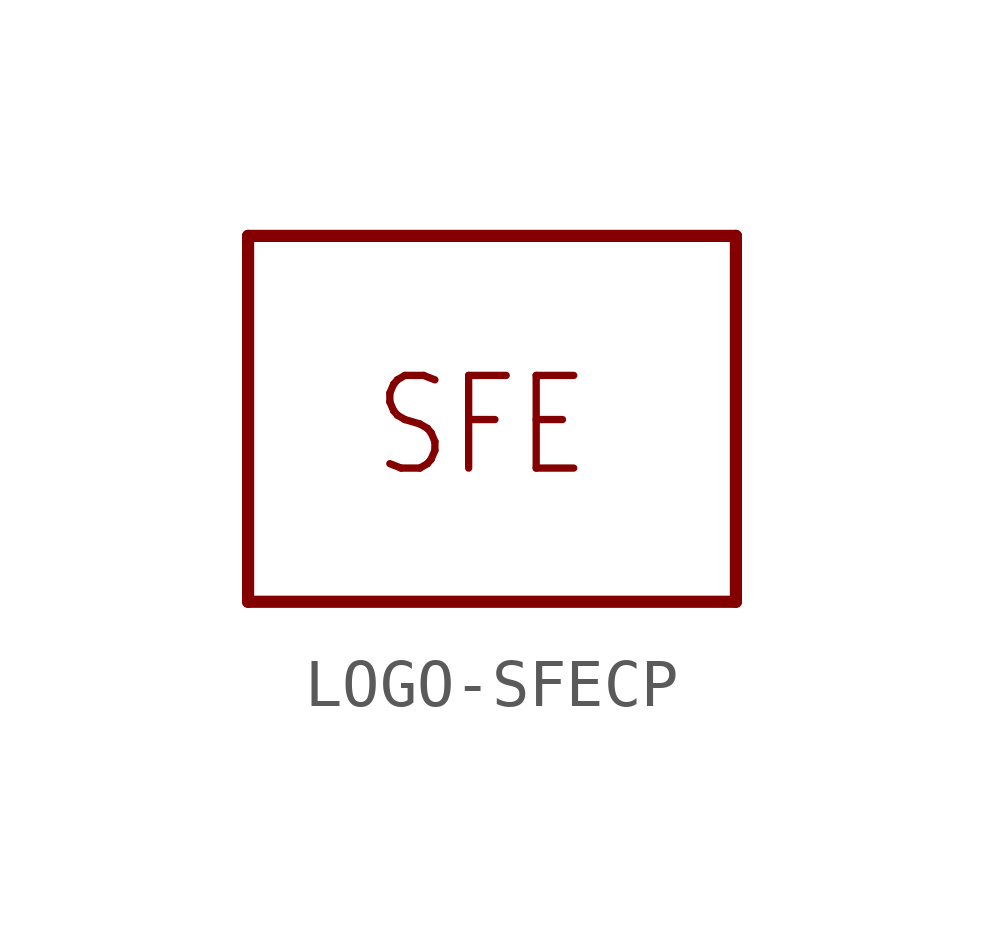
<source format=kicad_sym>
(kicad_symbol_lib
  (version 20231120)
  (generator "kicad_symbol_editor")
  (generator_version "8.0")
  (symbol "LOGO-SFECP"
    (property "Reference" "JP"
      (at 0 0 0)
      (effects (font (size 1.27 1.27)) (hide yes)))
    (property "ki_locked" ""
      (at 0 0 0)
      (effects (font (size 1.27 1.27))))
    (symbol "LOGO-SFECP_1_0"
      (polyline (pts (xy -2.54 -2.54) (xy 7.62 -2.54)) (stroke (width 0.254) (type solid)) (fill (type none)))
      (polyline (pts (xy -2.54 5.08) (xy -2.54 -2.54)) (stroke (width 0.254) (type solid)) (fill (type none)))
      (polyline (pts (xy 7.62 -2.54) (xy 7.62 5.08)) (stroke (width 0.254) (type solid)) (fill (type none)))
      (polyline (pts (xy 7.62 5.08) (xy -2.54 5.08)) (stroke (width 0.254) (type solid)) (fill (type none)))
      (text "SFE" (at 0 0 0) (effects (font (size 1.93 1.641)) (justify left bottom))))))
</source>
